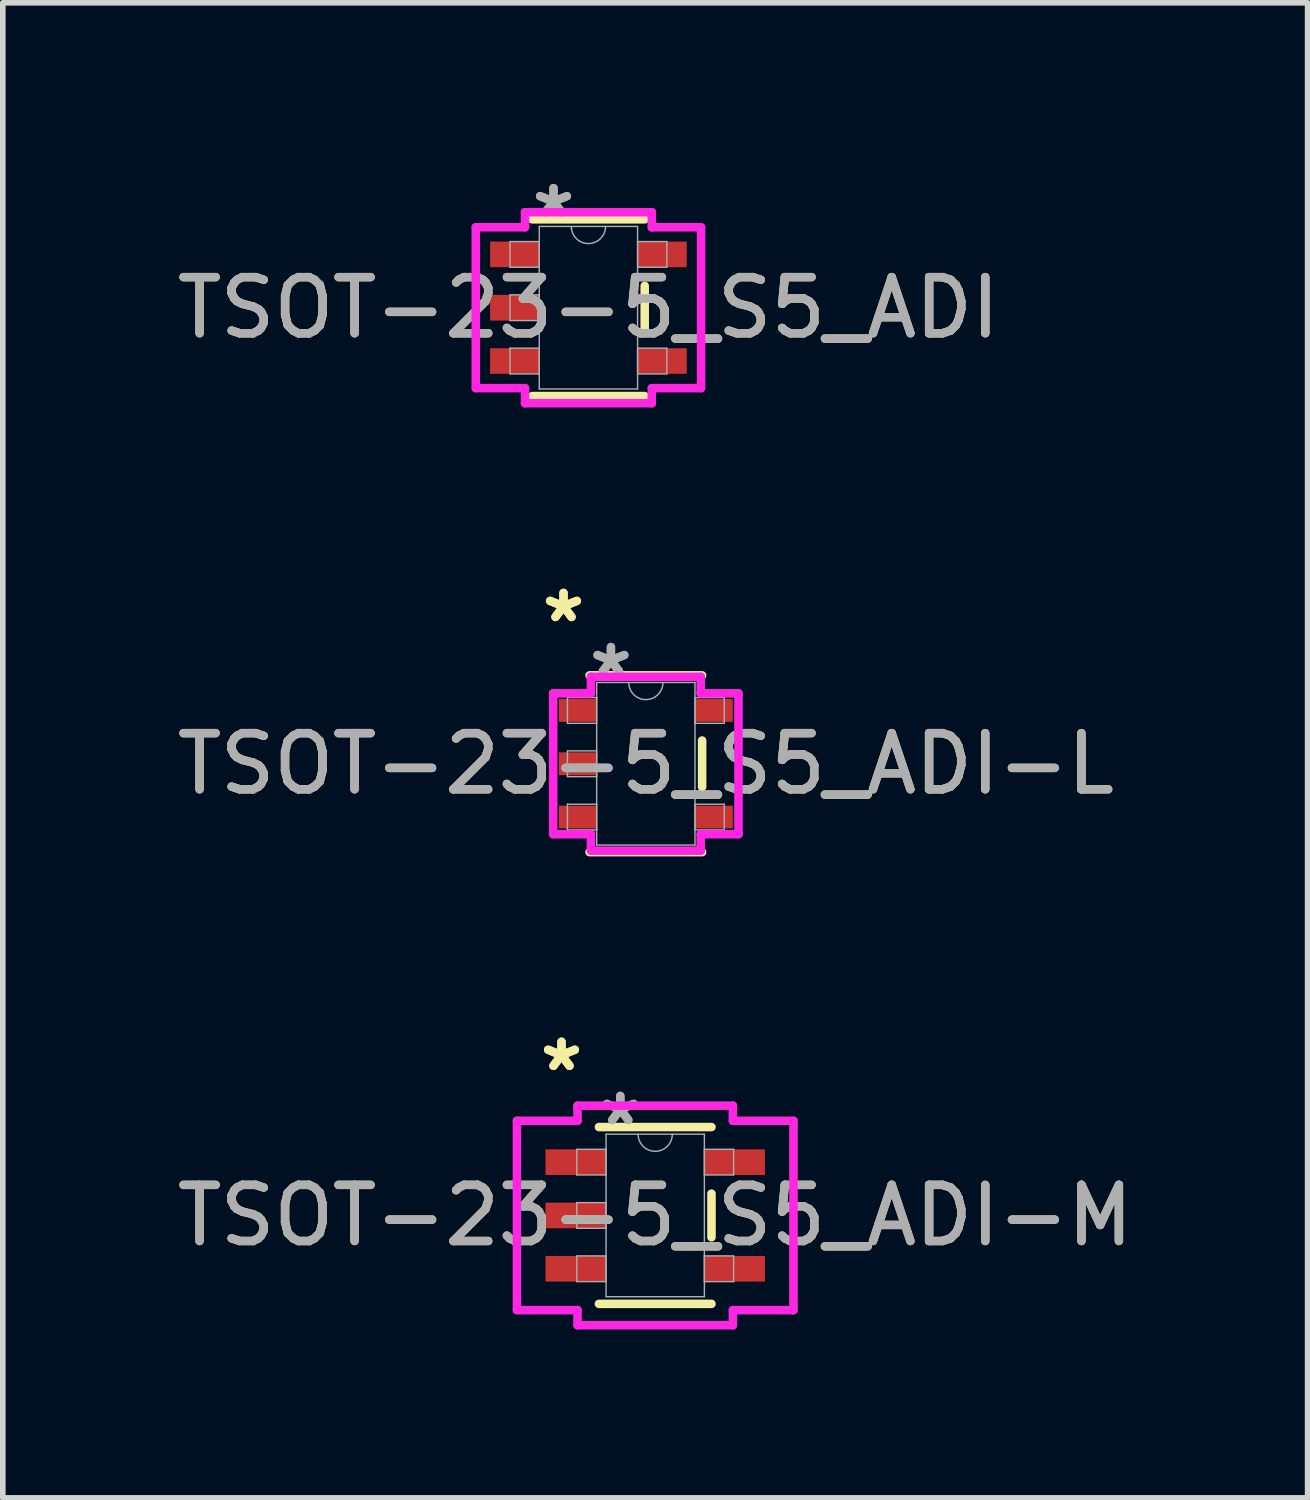
<source format=kicad_pcb>
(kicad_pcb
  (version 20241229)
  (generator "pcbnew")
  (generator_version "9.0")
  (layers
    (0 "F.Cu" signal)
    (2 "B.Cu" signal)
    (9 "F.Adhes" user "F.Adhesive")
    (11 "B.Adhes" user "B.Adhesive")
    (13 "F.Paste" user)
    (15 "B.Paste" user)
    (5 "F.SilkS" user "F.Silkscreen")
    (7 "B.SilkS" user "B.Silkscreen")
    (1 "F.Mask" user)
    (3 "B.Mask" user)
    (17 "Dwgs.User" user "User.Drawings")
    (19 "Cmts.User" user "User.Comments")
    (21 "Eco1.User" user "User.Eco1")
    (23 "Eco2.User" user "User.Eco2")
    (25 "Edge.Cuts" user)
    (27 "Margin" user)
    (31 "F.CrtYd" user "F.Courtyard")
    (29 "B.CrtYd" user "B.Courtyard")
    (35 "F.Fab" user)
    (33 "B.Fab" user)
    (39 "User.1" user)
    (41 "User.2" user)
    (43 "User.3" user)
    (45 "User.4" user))
  (footprint "TSOT-23-5_S5_ADI-M"
    (layer "F.Cu")
    (at 8.625 18.608)
    (property "Reference" "TSOT-23-5_S5_ADI-M" (at 0 0 0) (unlocked yes) (layer "F.SilkS") (effects (font (size 1 1) (thickness 0.15))))
    (attr smd)
    (fp_line (start -1.003 1.575) (end 1.003 1.575) (stroke (width 0.152) (type solid)) (layer "F.SilkS"))
    (fp_line (start 1.003 -1.575) (end -1.003 -1.575) (stroke (width 0.152) (type solid)) (layer "F.SilkS"))
    (fp_line (start 1.003 0.389) (end 1.003 -0.389) (stroke (width 0.152) (type solid)) (layer "F.SilkS"))
    (fp_line (start -2.464 -1.687) (end -1.384 -1.687) (stroke (width 0.152) (type solid)) (layer "F.CrtYd"))
    (fp_line (start -2.464 1.687) (end -2.464 -1.687) (stroke (width 0.152) (type solid)) (layer "F.CrtYd"))
    (fp_line (start -1.384 -1.956) (end 1.384 -1.956) (stroke (width 0.152) (type solid)) (layer "F.CrtYd"))
    (fp_line (start -1.384 -1.687) (end -1.384 -1.956) (stroke (width 0.152) (type solid)) (layer "F.CrtYd"))
    (fp_line (start -1.384 1.687) (end -2.464 1.687) (stroke (width 0.152) (type solid)) (layer "F.CrtYd"))
    (fp_line (start -1.384 1.956) (end -1.384 1.687) (stroke (width 0.152) (type solid)) (layer "F.CrtYd"))
    (fp_line (start 1.384 -1.956) (end 1.384 -1.687) (stroke (width 0.152) (type solid)) (layer "F.CrtYd"))
    (fp_line (start 1.384 -1.687) (end 2.464 -1.687) (stroke (width 0.152) (type solid)) (layer "F.CrtYd"))
    (fp_line (start 1.384 1.687) (end 1.384 1.956) (stroke (width 0.152) (type solid)) (layer "F.CrtYd"))
    (fp_line (start 1.384 1.956) (end -1.384 1.956) (stroke (width 0.152) (type solid)) (layer "F.CrtYd"))
    (fp_line (start 2.464 -1.687) (end 2.464 1.687) (stroke (width 0.152) (type solid)) (layer "F.CrtYd"))
    (fp_line (start 2.464 1.687) (end 1.384 1.687) (stroke (width 0.152) (type solid)) (layer "F.CrtYd"))
    (fp_line (start -1.397 -1.179) (end -1.397 -0.721) (stroke (width 0.025) (type solid)) (layer "F.Fab"))
    (fp_line (start -1.397 -0.721) (end -0.876 -0.721) (stroke (width 0.025) (type solid)) (layer "F.Fab"))
    (fp_line (start -1.397 -0.229) (end -1.397 0.229) (stroke (width 0.025) (type solid)) (layer "F.Fab"))
    (fp_line (start -1.397 0.229) (end -0.876 0.229) (stroke (width 0.025) (type solid)) (layer "F.Fab"))
    (fp_line (start -1.397 0.721) (end -1.397 1.179) (stroke (width 0.025) (type solid)) (layer "F.Fab"))
    (fp_line (start -1.397 1.179) (end -0.876 1.179) (stroke (width 0.025) (type solid)) (layer "F.Fab"))
    (fp_line (start -0.876 -1.448) (end -0.876 1.448) (stroke (width 0.025) (type solid)) (layer "F.Fab"))
    (fp_line (start -0.876 -1.179) (end -1.397 -1.179) (stroke (width 0.025) (type solid)) (layer "F.Fab"))
    (fp_line (start -0.876 -0.721) (end -0.876 -1.179) (stroke (width 0.025) (type solid)) (layer "F.Fab"))
    (fp_line (start -0.876 -0.229) (end -1.397 -0.229) (stroke (width 0.025) (type solid)) (layer "F.Fab"))
    (fp_line (start -0.876 0.229) (end -0.876 -0.229) (stroke (width 0.025) (type solid)) (layer "F.Fab"))
    (fp_line (start -0.876 0.721) (end -1.397 0.721) (stroke (width 0.025) (type solid)) (layer "F.Fab"))
    (fp_line (start -0.876 1.179) (end -0.876 0.721) (stroke (width 0.025) (type solid)) (layer "F.Fab"))
    (fp_line (start -0.876 1.448) (end 0.876 1.448) (stroke (width 0.025) (type solid)) (layer "F.Fab"))
    (fp_line (start 0.876 -1.448) (end -0.876 -1.448) (stroke (width 0.025) (type solid)) (layer "F.Fab"))
    (fp_line (start 0.876 -1.179) (end 0.876 -0.721) (stroke (width 0.025) (type solid)) (layer "F.Fab"))
    (fp_line (start 0.876 -0.721) (end 1.397 -0.721) (stroke (width 0.025) (type solid)) (layer "F.Fab"))
    (fp_line (start 0.876 0.721) (end 0.876 1.179) (stroke (width 0.025) (type solid)) (layer "F.Fab"))
    (fp_line (start 0.876 1.179) (end 1.397 1.179) (stroke (width 0.025) (type solid)) (layer "F.Fab"))
    (fp_line (start 0.876 1.448) (end 0.876 -1.448) (stroke (width 0.025) (type solid)) (layer "F.Fab"))
    (fp_line (start 1.397 -1.179) (end 0.876 -1.179) (stroke (width 0.025) (type solid)) (layer "F.Fab"))
    (fp_line (start 1.397 -0.721) (end 1.397 -1.179) (stroke (width 0.025) (type solid)) (layer "F.Fab"))
    (fp_line (start 1.397 0.721) (end 0.876 0.721) (stroke (width 0.025) (type solid)) (layer "F.Fab"))
    (fp_line (start 1.397 1.179) (end 1.397 0.721) (stroke (width 0.025) (type solid)) (layer "F.Fab"))
    (fp_arc (start 0.3048 -1.4478) (mid 0 -1.143) (end -0.3048 -1.4478) (stroke (width 0.0254) (type solid)) (layer "F.Fab"))
    (fp_text user "*" (at -1.67 -2.55 0) (layer "F.SilkS") (effects (font (size 1 1) (thickness 0.15))))
    (fp_text user "*" (at -1.67 -2.55 0) (unlocked yes) (layer "F.SilkS") (effects (font (size 1 1) (thickness 0.15))))
    (fp_text user "${REFERENCE}" (at 0 0 0) (unlocked yes) (layer "F.Fab") (effects (font (size 1 1) (thickness 0.15))))
    (fp_text user "*" (at -0.622 -1.585 0) (layer "F.Fab") (effects (font (size 1 1) (thickness 0.15))))
    (fp_text user "*" (at -0.622 -1.585 0) (unlocked yes) (layer "F.Fab") (effects (font (size 1 1) (thickness 0.15))))
    (pad "1" smd rect (at -1.416 -0.95) (size 1.079 0.457) (layers "F.Cu" "F.Mask" "F.Paste"))
    (pad "2" smd rect (at -1.416 0) (size 1.079 0.457) (layers "F.Cu" "F.Mask" "F.Paste"))
    (pad "3" smd rect (at -1.416 0.95) (size 1.079 0.457) (layers "F.Cu" "F.Mask" "F.Paste"))
    (pad "4" smd rect (at 1.416 0.95) (size 1.079 0.457) (layers "F.Cu" "F.Mask" "F.Paste"))
    (pad "5" smd rect (at 1.416 -0.95) (size 1.079 0.457) (layers "F.Cu" "F.Mask" "F.Paste")))
  (footprint "TSOT-23-5_S5_ADI"
    (layer "F.Cu")
    (at 7.435 2.433)
    (property "Reference" "TSOT-23-5_S5_ADI" (at 0 0 0) (unlocked yes) (layer "F.SilkS") (effects (font (size 1 1) (thickness 0.15))))
    (attr smd)
    (fp_line (start -1.003 1.575) (end 1.003 1.575) (stroke (width 0.152) (type solid)) (layer "F.SilkS"))
    (fp_line (start 1.003 -1.575) (end -1.003 -1.575) (stroke (width 0.152) (type solid)) (layer "F.SilkS"))
    (fp_line (start 1.003 0.389) (end 1.003 -0.389) (stroke (width 0.152) (type solid)) (layer "F.SilkS"))
    (fp_line (start -2.007 -1.433) (end -1.13 -1.433) (stroke (width 0.152) (type solid)) (layer "F.CrtYd"))
    (fp_line (start -2.007 1.433) (end -2.007 -1.433) (stroke (width 0.152) (type solid)) (layer "F.CrtYd"))
    (fp_line (start -1.13 -1.702) (end 1.13 -1.702) (stroke (width 0.152) (type solid)) (layer "F.CrtYd"))
    (fp_line (start -1.13 -1.433) (end -1.13 -1.702) (stroke (width 0.152) (type solid)) (layer "F.CrtYd"))
    (fp_line (start -1.13 1.433) (end -2.007 1.433) (stroke (width 0.152) (type solid)) (layer "F.CrtYd"))
    (fp_line (start -1.13 1.702) (end -1.13 1.433) (stroke (width 0.152) (type solid)) (layer "F.CrtYd"))
    (fp_line (start 1.13 -1.702) (end 1.13 -1.433) (stroke (width 0.152) (type solid)) (layer "F.CrtYd"))
    (fp_line (start 1.13 -1.433) (end 2.007 -1.433) (stroke (width 0.152) (type solid)) (layer "F.CrtYd"))
    (fp_line (start 1.13 1.433) (end 1.13 1.702) (stroke (width 0.152) (type solid)) (layer "F.CrtYd"))
    (fp_line (start 1.13 1.702) (end -1.13 1.702) (stroke (width 0.152) (type solid)) (layer "F.CrtYd"))
    (fp_line (start 2.007 -1.433) (end 2.007 1.433) (stroke (width 0.152) (type solid)) (layer "F.CrtYd"))
    (fp_line (start 2.007 1.433) (end 1.13 1.433) (stroke (width 0.152) (type solid)) (layer "F.CrtYd"))
    (fp_line (start -1.397 -1.179) (end -1.397 -0.721) (stroke (width 0.025) (type solid)) (layer "F.Fab"))
    (fp_line (start -1.397 -0.721) (end -0.876 -0.721) (stroke (width 0.025) (type solid)) (layer "F.Fab"))
    (fp_line (start -1.397 -0.229) (end -1.397 0.229) (stroke (width 0.025) (type solid)) (layer "F.Fab"))
    (fp_line (start -1.397 0.229) (end -0.876 0.229) (stroke (width 0.025) (type solid)) (layer "F.Fab"))
    (fp_line (start -1.397 0.721) (end -1.397 1.179) (stroke (width 0.025) (type solid)) (layer "F.Fab"))
    (fp_line (start -1.397 1.179) (end -0.876 1.179) (stroke (width 0.025) (type solid)) (layer "F.Fab"))
    (fp_line (start -0.876 -1.448) (end -0.876 1.448) (stroke (width 0.025) (type solid)) (layer "F.Fab"))
    (fp_line (start -0.876 -1.179) (end -1.397 -1.179) (stroke (width 0.025) (type solid)) (layer "F.Fab"))
    (fp_line (start -0.876 -0.721) (end -0.876 -1.179) (stroke (width 0.025) (type solid)) (layer "F.Fab"))
    (fp_line (start -0.876 -0.229) (end -1.397 -0.229) (stroke (width 0.025) (type solid)) (layer "F.Fab"))
    (fp_line (start -0.876 0.229) (end -0.876 -0.229) (stroke (width 0.025) (type solid)) (layer "F.Fab"))
    (fp_line (start -0.876 0.721) (end -1.397 0.721) (stroke (width 0.025) (type solid)) (layer "F.Fab"))
    (fp_line (start -0.876 1.179) (end -0.876 0.721) (stroke (width 0.025) (type solid)) (layer "F.Fab"))
    (fp_line (start -0.876 1.448) (end 0.876 1.448) (stroke (width 0.025) (type solid)) (layer "F.Fab"))
    (fp_line (start 0.876 -1.448) (end -0.876 -1.448) (stroke (width 0.025) (type solid)) (layer "F.Fab"))
    (fp_line (start 0.876 -1.179) (end 0.876 -0.721) (stroke (width 0.025) (type solid)) (layer "F.Fab"))
    (fp_line (start 0.876 -0.721) (end 1.397 -0.721) (stroke (width 0.025) (type solid)) (layer "F.Fab"))
    (fp_line (start 0.876 0.721) (end 0.876 1.179) (stroke (width 0.025) (type solid)) (layer "F.Fab"))
    (fp_line (start 0.876 1.179) (end 1.397 1.179) (stroke (width 0.025) (type solid)) (layer "F.Fab"))
    (fp_line (start 0.876 1.448) (end 0.876 -1.448) (stroke (width 0.025) (type solid)) (layer "F.Fab"))
    (fp_line (start 1.397 -1.179) (end 0.876 -1.179) (stroke (width 0.025) (type solid)) (layer "F.Fab"))
    (fp_line (start 1.397 -0.721) (end 1.397 -1.179) (stroke (width 0.025) (type solid)) (layer "F.Fab"))
    (fp_line (start 1.397 0.721) (end 0.876 0.721) (stroke (width 0.025) (type solid)) (layer "F.Fab"))
    (fp_line (start 1.397 1.179) (end 1.397 0.721) (stroke (width 0.025) (type solid)) (layer "F.Fab"))
    (fp_arc (start 0.3048 -1.4478) (mid 0 -1.143) (end -0.3048 -1.4478) (stroke (width 0.0254) (type solid)) (layer "F.Fab"))
    (fp_text user "*" (at -0.622 -1.585 0) (unlocked yes) (layer "F.Fab") (effects (font (size 1 1) (thickness 0.15))))
    (fp_text user "${REFERENCE}" (at 0 0 0) (unlocked yes) (layer "F.Fab") (effects (font (size 1 1) (thickness 0.15))))
    (fp_text user "*" (at -0.622 -1.585 0) (layer "F.Fab") (effects (font (size 1 1) (thickness 0.15))))
    (pad "1" smd rect (at -1.314 -0.95) (size 0.876 0.457) (layers "F.Cu" "F.Mask" "F.Paste"))
    (pad "2" smd rect (at -1.314 0) (size 0.876 0.457) (layers "F.Cu" "F.Mask" "F.Paste"))
    (pad "3" smd rect (at -1.314 0.95) (size 0.876 0.457) (layers "F.Cu" "F.Mask" "F.Paste"))
    (pad "4" smd rect (at 1.314 0.95) (size 0.876 0.457) (layers "F.Cu" "F.Mask" "F.Paste"))
    (pad "5" smd rect (at 1.314 -0.95) (size 0.876 0.457) (layers "F.Cu" "F.Mask" "F.Paste")))
  (footprint "TSOT-23-5_S5_ADI-L"
    (layer "F.Cu")
    (at 8.458 10.559)
    (property "Reference" "TSOT-23-5_S5_ADI-L" (at 0 0 0) (unlocked yes) (layer "F.SilkS") (effects (font (size 1 1) (thickness 0.15))))
    (attr smd)
    (fp_line (start -1.003 1.575) (end 1.003 1.575) (stroke (width 0.152) (type solid)) (layer "F.SilkS"))
    (fp_line (start 1.003 -1.575) (end -1.003 -1.575) (stroke (width 0.152) (type solid)) (layer "F.SilkS"))
    (fp_line (start 1.003 0.414) (end 1.003 -0.414) (stroke (width 0.152) (type solid)) (layer "F.SilkS"))
    (fp_line (start -1.651 -1.255) (end -0.978 -1.255) (stroke (width 0.152) (type solid)) (layer "F.CrtYd"))
    (fp_line (start -1.651 1.255) (end -1.651 -1.255) (stroke (width 0.152) (type solid)) (layer "F.CrtYd"))
    (fp_line (start -0.978 -1.549) (end 0.978 -1.549) (stroke (width 0.152) (type solid)) (layer "F.CrtYd"))
    (fp_line (start -0.978 -1.255) (end -0.978 -1.549) (stroke (width 0.152) (type solid)) (layer "F.CrtYd"))
    (fp_line (start -0.978 1.255) (end -1.651 1.255) (stroke (width 0.152) (type solid)) (layer "F.CrtYd"))
    (fp_line (start -0.978 1.549) (end -0.978 1.255) (stroke (width 0.152) (type solid)) (layer "F.CrtYd"))
    (fp_line (start 0.978 -1.549) (end 0.978 -1.255) (stroke (width 0.152) (type solid)) (layer "F.CrtYd"))
    (fp_line (start 0.978 -1.255) (end 1.651 -1.255) (stroke (width 0.152) (type solid)) (layer "F.CrtYd"))
    (fp_line (start 0.978 1.255) (end 0.978 1.549) (stroke (width 0.152) (type solid)) (layer "F.CrtYd"))
    (fp_line (start 0.978 1.549) (end -0.978 1.549) (stroke (width 0.152) (type solid)) (layer "F.CrtYd"))
    (fp_line (start 1.651 -1.255) (end 1.651 1.255) (stroke (width 0.152) (type solid)) (layer "F.CrtYd"))
    (fp_line (start 1.651 1.255) (end 0.978 1.255) (stroke (width 0.152) (type solid)) (layer "F.CrtYd"))
    (fp_line (start -1.397 -1.179) (end -1.397 -0.721) (stroke (width 0.025) (type solid)) (layer "F.Fab"))
    (fp_line (start -1.397 -0.721) (end -0.876 -0.721) (stroke (width 0.025) (type solid)) (layer "F.Fab"))
    (fp_line (start -1.397 -0.229) (end -1.397 0.229) (stroke (width 0.025) (type solid)) (layer "F.Fab"))
    (fp_line (start -1.397 0.229) (end -0.876 0.229) (stroke (width 0.025) (type solid)) (layer "F.Fab"))
    (fp_line (start -1.397 0.721) (end -1.397 1.179) (stroke (width 0.025) (type solid)) (layer "F.Fab"))
    (fp_line (start -1.397 1.179) (end -0.876 1.179) (stroke (width 0.025) (type solid)) (layer "F.Fab"))
    (fp_line (start -0.876 -1.448) (end -0.876 1.448) (stroke (width 0.025) (type solid)) (layer "F.Fab"))
    (fp_line (start -0.876 -1.179) (end -1.397 -1.179) (stroke (width 0.025) (type solid)) (layer "F.Fab"))
    (fp_line (start -0.876 -0.721) (end -0.876 -1.179) (stroke (width 0.025) (type solid)) (layer "F.Fab"))
    (fp_line (start -0.876 -0.229) (end -1.397 -0.229) (stroke (width 0.025) (type solid)) (layer "F.Fab"))
    (fp_line (start -0.876 0.229) (end -0.876 -0.229) (stroke (width 0.025) (type solid)) (layer "F.Fab"))
    (fp_line (start -0.876 0.721) (end -1.397 0.721) (stroke (width 0.025) (type solid)) (layer "F.Fab"))
    (fp_line (start -0.876 1.179) (end -0.876 0.721) (stroke (width 0.025) (type solid)) (layer "F.Fab"))
    (fp_line (start -0.876 1.448) (end 0.876 1.448) (stroke (width 0.025) (type solid)) (layer "F.Fab"))
    (fp_line (start 0.876 -1.448) (end -0.876 -1.448) (stroke (width 0.025) (type solid)) (layer "F.Fab"))
    (fp_line (start 0.876 -1.179) (end 0.876 -0.721) (stroke (width 0.025) (type solid)) (layer "F.Fab"))
    (fp_line (start 0.876 -0.721) (end 1.397 -0.721) (stroke (width 0.025) (type solid)) (layer "F.Fab"))
    (fp_line (start 0.876 0.721) (end 0.876 1.179) (stroke (width 0.025) (type solid)) (layer "F.Fab"))
    (fp_line (start 0.876 1.179) (end 1.397 1.179) (stroke (width 0.025) (type solid)) (layer "F.Fab"))
    (fp_line (start 0.876 1.448) (end 0.876 -1.448) (stroke (width 0.025) (type solid)) (layer "F.Fab"))
    (fp_line (start 1.397 -1.179) (end 0.876 -1.179) (stroke (width 0.025) (type solid)) (layer "F.Fab"))
    (fp_line (start 1.397 -0.721) (end 1.397 -1.179) (stroke (width 0.025) (type solid)) (layer "F.Fab"))
    (fp_line (start 1.397 0.721) (end 0.876 0.721) (stroke (width 0.025) (type solid)) (layer "F.Fab"))
    (fp_line (start 1.397 1.179) (end 1.397 0.721) (stroke (width 0.025) (type solid)) (layer "F.Fab"))
    (fp_arc (start 0.3048 -1.4478) (mid 0 -1.143) (end -0.3048 -1.4478) (stroke (width 0.0254) (type solid)) (layer "F.Fab"))
    (fp_text user "*" (at -1.467 -2.499 0) (layer "F.SilkS") (effects (font (size 1 1) (thickness 0.15))))
    (fp_text user "*" (at -1.467 -2.499 0) (unlocked yes) (layer "F.SilkS") (effects (font (size 1 1) (thickness 0.15))))
    (fp_text user "*" (at -0.622 -1.534 0) (layer "F.Fab") (effects (font (size 1 1) (thickness 0.15))))
    (fp_text user "*" (at -0.622 -1.534 0) (unlocked yes) (layer "F.Fab") (effects (font (size 1 1) (thickness 0.15))))
    (fp_text user "${REFERENCE}" (at 0 0 0) (unlocked yes) (layer "F.Fab") (effects (font (size 1 1) (thickness 0.15))))
    (pad "1" smd rect (at -1.213 -0.95) (size 0.673 0.406) (layers "F.Cu" "F.Mask" "F.Paste"))
    (pad "2" smd rect (at -1.213 0) (size 0.673 0.406) (layers "F.Cu" "F.Mask" "F.Paste"))
    (pad "3" smd rect (at -1.213 0.95) (size 0.673 0.406) (layers "F.Cu" "F.Mask" "F.Paste"))
    (pad "4" smd rect (at 1.213 0.95) (size 0.673 0.406) (layers "F.Cu" "F.Mask" "F.Paste"))
    (pad "5" smd rect (at 1.213 -0.95) (size 0.673 0.406) (layers "F.Cu" "F.Mask" "F.Paste")))
  (gr_rect
    (start -3 -3)
    (end 20.25 23.64)
    (stroke (width 0.1) (type default))
    (fill no)
    (layer "Edge.Cuts")))
</source>
